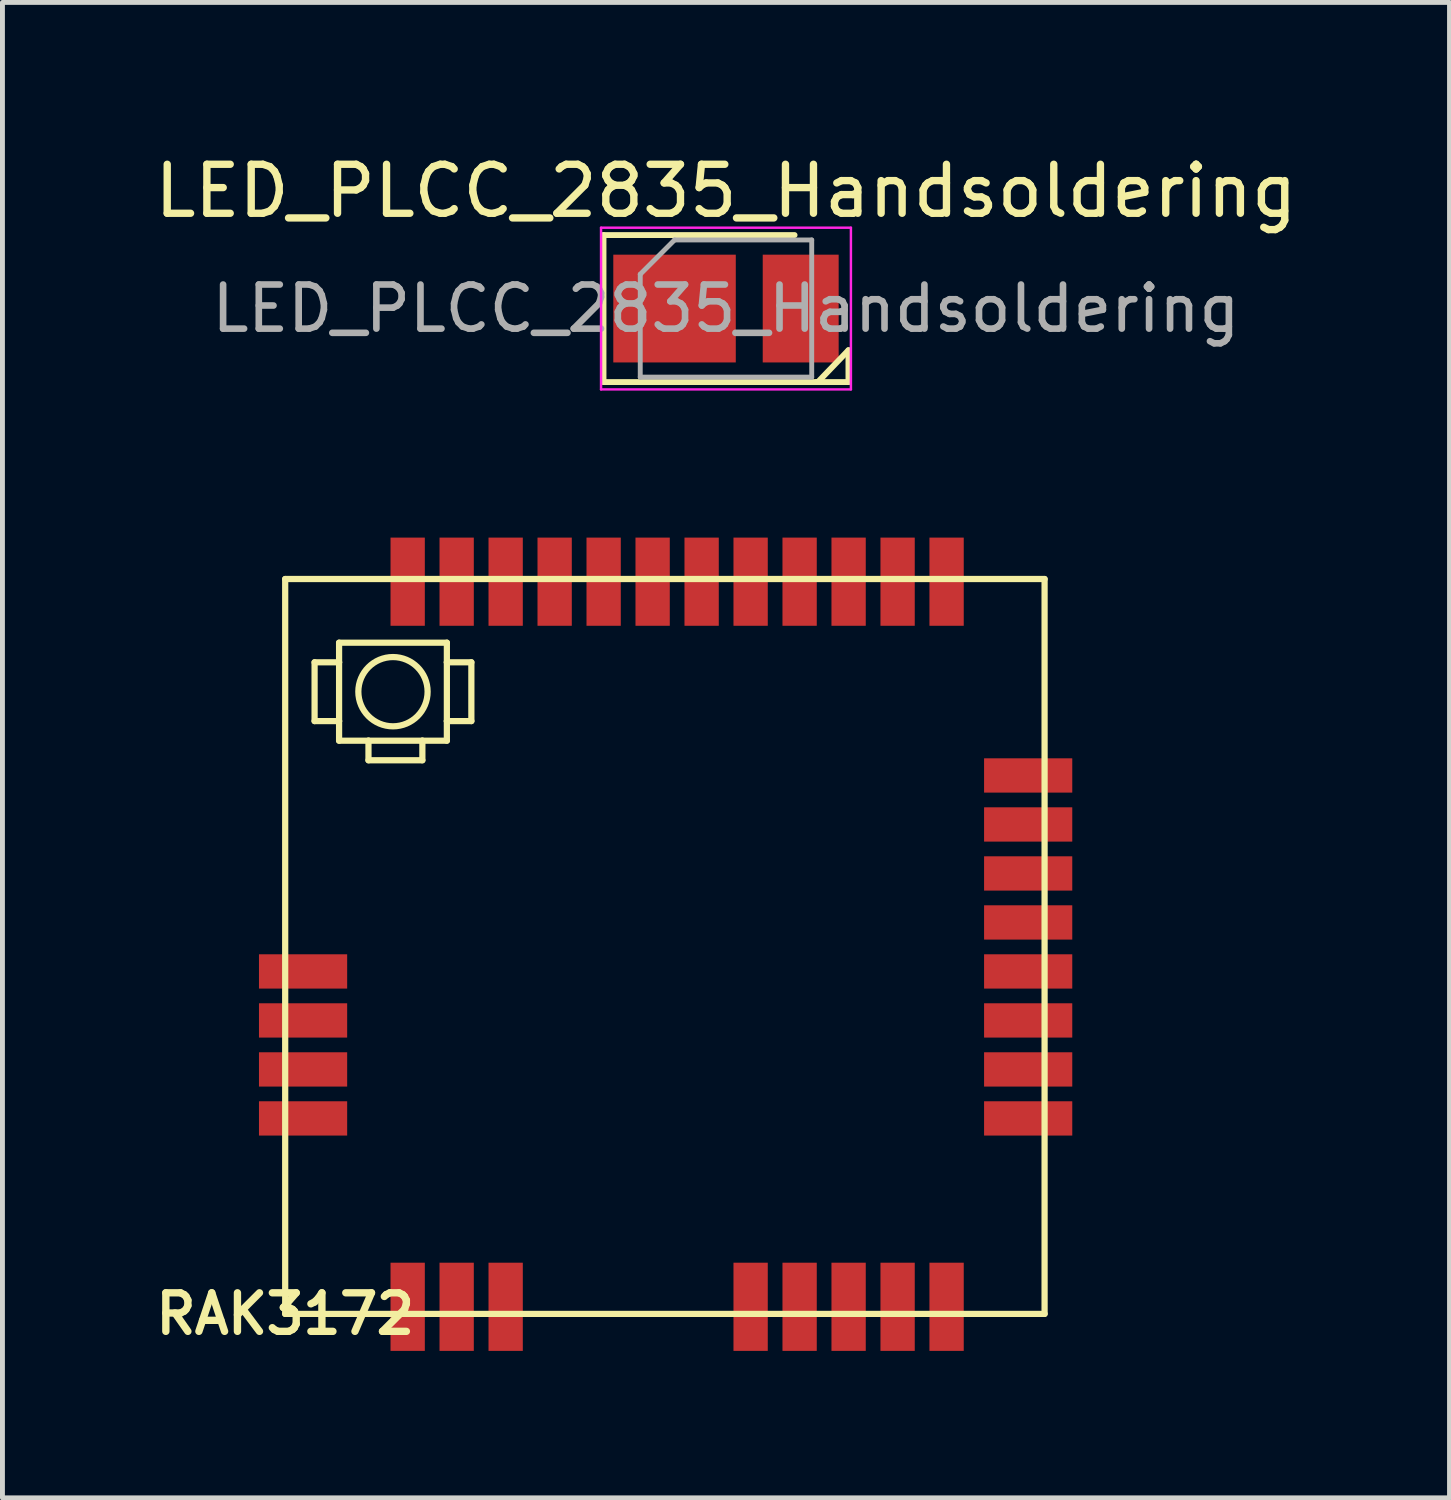
<source format=kicad_pcb>
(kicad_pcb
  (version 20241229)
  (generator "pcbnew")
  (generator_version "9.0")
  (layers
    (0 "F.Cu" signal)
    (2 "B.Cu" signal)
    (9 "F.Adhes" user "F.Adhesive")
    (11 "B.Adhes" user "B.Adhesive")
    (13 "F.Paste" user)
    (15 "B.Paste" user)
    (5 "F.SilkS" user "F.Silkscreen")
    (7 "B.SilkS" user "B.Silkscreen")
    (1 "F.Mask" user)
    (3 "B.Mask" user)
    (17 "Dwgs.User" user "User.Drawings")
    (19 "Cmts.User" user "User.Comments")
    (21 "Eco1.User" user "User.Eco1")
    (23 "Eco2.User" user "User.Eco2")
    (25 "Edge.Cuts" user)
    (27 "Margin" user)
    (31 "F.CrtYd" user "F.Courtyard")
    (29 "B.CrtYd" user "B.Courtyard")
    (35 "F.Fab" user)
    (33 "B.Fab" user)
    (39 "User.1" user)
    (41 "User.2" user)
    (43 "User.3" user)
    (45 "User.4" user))
  (footprint "RAK3172"
    (layer "F.Cu")
    (at 2.771 23.768)
    (property "Reference" "RAK3172" (at 0 0 0) (layer "F.SilkS") (effects (font (size 0.787 0.787) (thickness 0.15))))
    (attr smd)
    (fp_line (start 0 -15) (end 0 0) (stroke (width 0.127) (type solid)) (layer "F.SilkS"))
    (fp_line (start 0 0) (end 15.5 0) (stroke (width 0.127) (type solid)) (layer "F.SilkS"))
    (fp_line (start 0.6 -13.3) (end 1.1 -13.3) (stroke (width 0.127) (type solid)) (layer "F.SilkS"))
    (fp_line (start 0.6 -12.1) (end 0.6 -13.3) (stroke (width 0.127) (type solid)) (layer "F.SilkS"))
    (fp_line (start 1.1 -13.7) (end 3.3 -13.7) (stroke (width 0.127) (type solid)) (layer "F.SilkS"))
    (fp_line (start 1.1 -13.3) (end 1.1 -13.7) (stroke (width 0.127) (type solid)) (layer "F.SilkS"))
    (fp_line (start 1.1 -12.1) (end 0.6 -12.1) (stroke (width 0.127) (type solid)) (layer "F.SilkS"))
    (fp_line (start 1.1 -12.1) (end 1.1 -13.3) (stroke (width 0.127) (type solid)) (layer "F.SilkS"))
    (fp_line (start 1.1 -11.7) (end 1.1 -12.1) (stroke (width 0.127) (type solid)) (layer "F.SilkS"))
    (fp_line (start 1.7 -11.7) (end 1.1 -11.7) (stroke (width 0.127) (type solid)) (layer "F.SilkS"))
    (fp_line (start 1.7 -11.3) (end 1.7 -11.7) (stroke (width 0.127) (type solid)) (layer "F.SilkS"))
    (fp_line (start 1.7 -11.3) (end 2.8 -11.3) (stroke (width 0.127) (type solid)) (layer "F.SilkS"))
    (fp_line (start 2.8 -11.7) (end 1.7 -11.7) (stroke (width 0.127) (type solid)) (layer "F.SilkS"))
    (fp_line (start 2.8 -11.3) (end 2.8 -11.7) (stroke (width 0.127) (type solid)) (layer "F.SilkS"))
    (fp_line (start 3.3 -13.7) (end 3.3 -13.3) (stroke (width 0.127) (type solid)) (layer "F.SilkS"))
    (fp_line (start 3.3 -13.3) (end 3.3 -12.1) (stroke (width 0.127) (type solid)) (layer "F.SilkS"))
    (fp_line (start 3.3 -12.1) (end 3.3 -11.7) (stroke (width 0.127) (type solid)) (layer "F.SilkS"))
    (fp_line (start 3.3 -11.7) (end 2.8 -11.7) (stroke (width 0.127) (type solid)) (layer "F.SilkS"))
    (fp_line (start 3.8 -13.3) (end 3.3 -13.3) (stroke (width 0.127) (type solid)) (layer "F.SilkS"))
    (fp_line (start 3.8 -13.3) (end 3.8 -12.1) (stroke (width 0.127) (type solid)) (layer "F.SilkS"))
    (fp_line (start 3.8 -12.1) (end 3.3 -12.1) (stroke (width 0.127) (type solid)) (layer "F.SilkS"))
    (fp_line (start 15.5 -15) (end 0 -15) (stroke (width 0.127) (type solid)) (layer "F.SilkS"))
    (fp_line (start 15.5 0) (end 15.5 -15) (stroke (width 0.127) (type solid)) (layer "F.SilkS"))
    (fp_circle (center 2.2 -12.7) (end 2.907 -12.7) (stroke (width 0.127) (type solid)) (fill no) (layer "F.SilkS"))
    (pad "1" smd rect (at 13.5 -14.945 90) (size 1.8 0.7) (layers "F.Cu" "F.Mask" "F.Paste"))
    (pad "2" smd rect (at 12.5 -14.945 90) (size 1.8 0.7) (layers "F.Cu" "F.Mask" "F.Paste"))
    (pad "3" smd rect (at 11.5 -14.945 90) (size 1.8 0.7) (layers "F.Cu" "F.Mask" "F.Paste"))
    (pad "4" smd rect (at 10.5 -14.945 90) (size 1.8 0.7) (layers "F.Cu" "F.Mask" "F.Paste"))
    (pad "5" smd rect (at 9.5 -14.945 90) (size 1.8 0.7) (layers "F.Cu" "F.Mask" "F.Paste"))
    (pad "6" smd rect (at 8.5 -14.945 90) (size 1.8 0.7) (layers "F.Cu" "F.Mask" "F.Paste"))
    (pad "7" smd rect (at 7.5 -14.945 90) (size 1.8 0.7) (layers "F.Cu" "F.Mask" "F.Paste"))
    (pad "8" smd rect (at 6.5 -14.945 90) (size 1.8 0.7) (layers "F.Cu" "F.Mask" "F.Paste"))
    (pad "9" smd rect (at 5.5 -14.945 90) (size 1.8 0.7) (layers "F.Cu" "F.Mask" "F.Paste"))
    (pad "10" smd rect (at 4.5 -14.945 90) (size 1.8 0.7) (layers "F.Cu" "F.Mask" "F.Paste"))
    (pad "11" smd rect (at 3.5 -14.945 90) (size 1.8 0.7) (layers "F.Cu" "F.Mask" "F.Paste"))
    (pad "12" smd rect (at 2.5 -14.945 90) (size 1.8 0.7) (layers "F.Cu" "F.Mask" "F.Paste"))
    (pad "13" smd rect (at 0.365 -6.99 180) (size 1.8 0.7) (layers "F.Cu" "F.Mask" "F.Paste"))
    (pad "14" smd rect (at 0.365 -5.99 180) (size 1.8 0.7) (layers "F.Cu" "F.Mask" "F.Paste"))
    (pad "15" smd rect (at 0.365 -4.99 180) (size 1.8 0.7) (layers "F.Cu" "F.Mask" "F.Paste"))
    (pad "16" smd rect (at 0.365 -3.99 180) (size 1.8 0.7) (layers "F.Cu" "F.Mask" "F.Paste"))
    (pad "17" smd rect (at 2.5 -0.145 90) (size 1.8 0.7) (layers "F.Cu" "F.Mask" "F.Paste"))
    (pad "18" smd rect (at 3.5 -0.145 90) (size 1.8 0.7) (layers "F.Cu" "F.Mask" "F.Paste"))
    (pad "19" smd rect (at 4.5 -0.145 90) (size 1.8 0.7) (layers "F.Cu" "F.Mask" "F.Paste"))
    (pad "20" smd rect (at 9.5 -0.145 90) (size 1.8 0.7) (layers "F.Cu" "F.Mask" "F.Paste"))
    (pad "21" smd rect (at 10.5 -0.145 90) (size 1.8 0.7) (layers "F.Cu" "F.Mask" "F.Paste"))
    (pad "22" smd rect (at 11.5 -0.145 90) (size 1.8 0.7) (layers "F.Cu" "F.Mask" "F.Paste"))
    (pad "23" smd rect (at 12.5 -0.145 90) (size 1.8 0.7) (layers "F.Cu" "F.Mask" "F.Paste"))
    (pad "24" smd rect (at 13.5 -0.145 90) (size 1.8 0.7) (layers "F.Cu" "F.Mask" "F.Paste"))
    (pad "25" smd rect (at 15.165 -3.99 180) (size 1.8 0.7) (layers "F.Cu" "F.Mask" "F.Paste"))
    (pad "26" smd rect (at 15.165 -4.99 180) (size 1.8 0.7) (layers "F.Cu" "F.Mask" "F.Paste"))
    (pad "27" smd rect (at 15.165 -5.99 180) (size 1.8 0.7) (layers "F.Cu" "F.Mask" "F.Paste"))
    (pad "28" smd rect (at 15.165 -6.99 180) (size 1.8 0.7) (layers "F.Cu" "F.Mask" "F.Paste"))
    (pad "29" smd rect (at 15.165 -7.99 180) (size 1.8 0.7) (layers "F.Cu" "F.Mask" "F.Paste"))
    (pad "30" smd rect (at 15.165 -8.99 180) (size 1.8 0.7) (layers "F.Cu" "F.Mask" "F.Paste"))
    (pad "31" smd rect (at 15.165 -9.99 180) (size 1.8 0.7) (layers "F.Cu" "F.Mask" "F.Paste"))
    (pad "32" smd rect (at 15.165 -10.99 180) (size 1.8 0.7) (layers "F.Cu" "F.Mask" "F.Paste")))
  (footprint "LED_PLCC_2835_Handsoldering"
    (layer "F.Cu")
    (at 11.768 3.248)
    (property "Reference" "LED_PLCC_2835_Handsoldering" (at 0 -2.4 0) (layer "F.SilkS") (effects (font (size 1 1) (thickness 0.15))))
    (attr smd)
    (fp_line (start -2.5 -1.5) (end -2.5 1.5) (stroke (width 0.12) (type solid)) (layer "F.SilkS"))
    (fp_line (start 1.4 -1.5) (end -2.5 -1.5) (stroke (width 0.12) (type solid)) (layer "F.SilkS"))
    (fp_line (start 1.85 1.5) (end -2.5 1.5) (stroke (width 0.12) (type solid)) (layer "F.SilkS"))
    (fp_line (start 1.875 1.5) (end 2.5 0.85) (stroke (width 0.12) (type solid)) (layer "F.SilkS"))
    (fp_line (start 2.5 0.85) (end 2.5 1.5) (stroke (width 0.12) (type solid)) (layer "F.SilkS"))
    (fp_line (start 2.5 1.5) (end 1.85 1.5) (stroke (width 0.12) (type solid)) (layer "F.SilkS"))
    (fp_line (start -2.55 -1.65) (end 2.55 -1.65) (stroke (width 0.05) (type solid)) (layer "F.CrtYd"))
    (fp_line (start -2.55 1.65) (end -2.55 -1.65) (stroke (width 0.05) (type solid)) (layer "F.CrtYd"))
    (fp_line (start 2.55 -1.65) (end 2.55 1.65) (stroke (width 0.05) (type solid)) (layer "F.CrtYd"))
    (fp_line (start 2.55 1.65) (end -2.55 1.65) (stroke (width 0.05) (type solid)) (layer "F.CrtYd"))
    (fp_line (start -1.75 1.4) (end -1.75 -0.7) (stroke (width 0.1) (type solid)) (layer "F.Fab"))
    (fp_line (start -1.05 -1.4) (end -1.75 -0.7) (stroke (width 0.1) (type solid)) (layer "F.Fab"))
    (fp_line (start -1.05 -1.4) (end 1.75 -1.4) (stroke (width 0.1) (type solid)) (layer "F.Fab"))
    (fp_line (start 1.75 -1.4) (end 1.75 1.4) (stroke (width 0.1) (type solid)) (layer "F.Fab"))
    (fp_line (start 1.75 1.4) (end -1.75 1.4) (stroke (width 0.1) (type solid)) (layer "F.Fab"))
    (fp_text user "${REFERENCE}" (at 0 0 0) (layer "F.Fab") (effects (font (size 0.9 0.9) (thickness 0.135))))
    (pad "1" smd rect (at -1.05 0) (size 2.5 2.2) (layers "F.Cu" "F.Mask" "F.Paste"))
    (pad "2" smd rect (at 1.525 0) (size 1.55 2.2) (layers "F.Cu" "F.Mask" "F.Paste")))
  (gr_rect
    (start -3 -3)
    (end 26.536 27.523)
    (stroke (width 0.1) (type default))
    (fill no)
    (layer "Edge.Cuts")))
</source>
